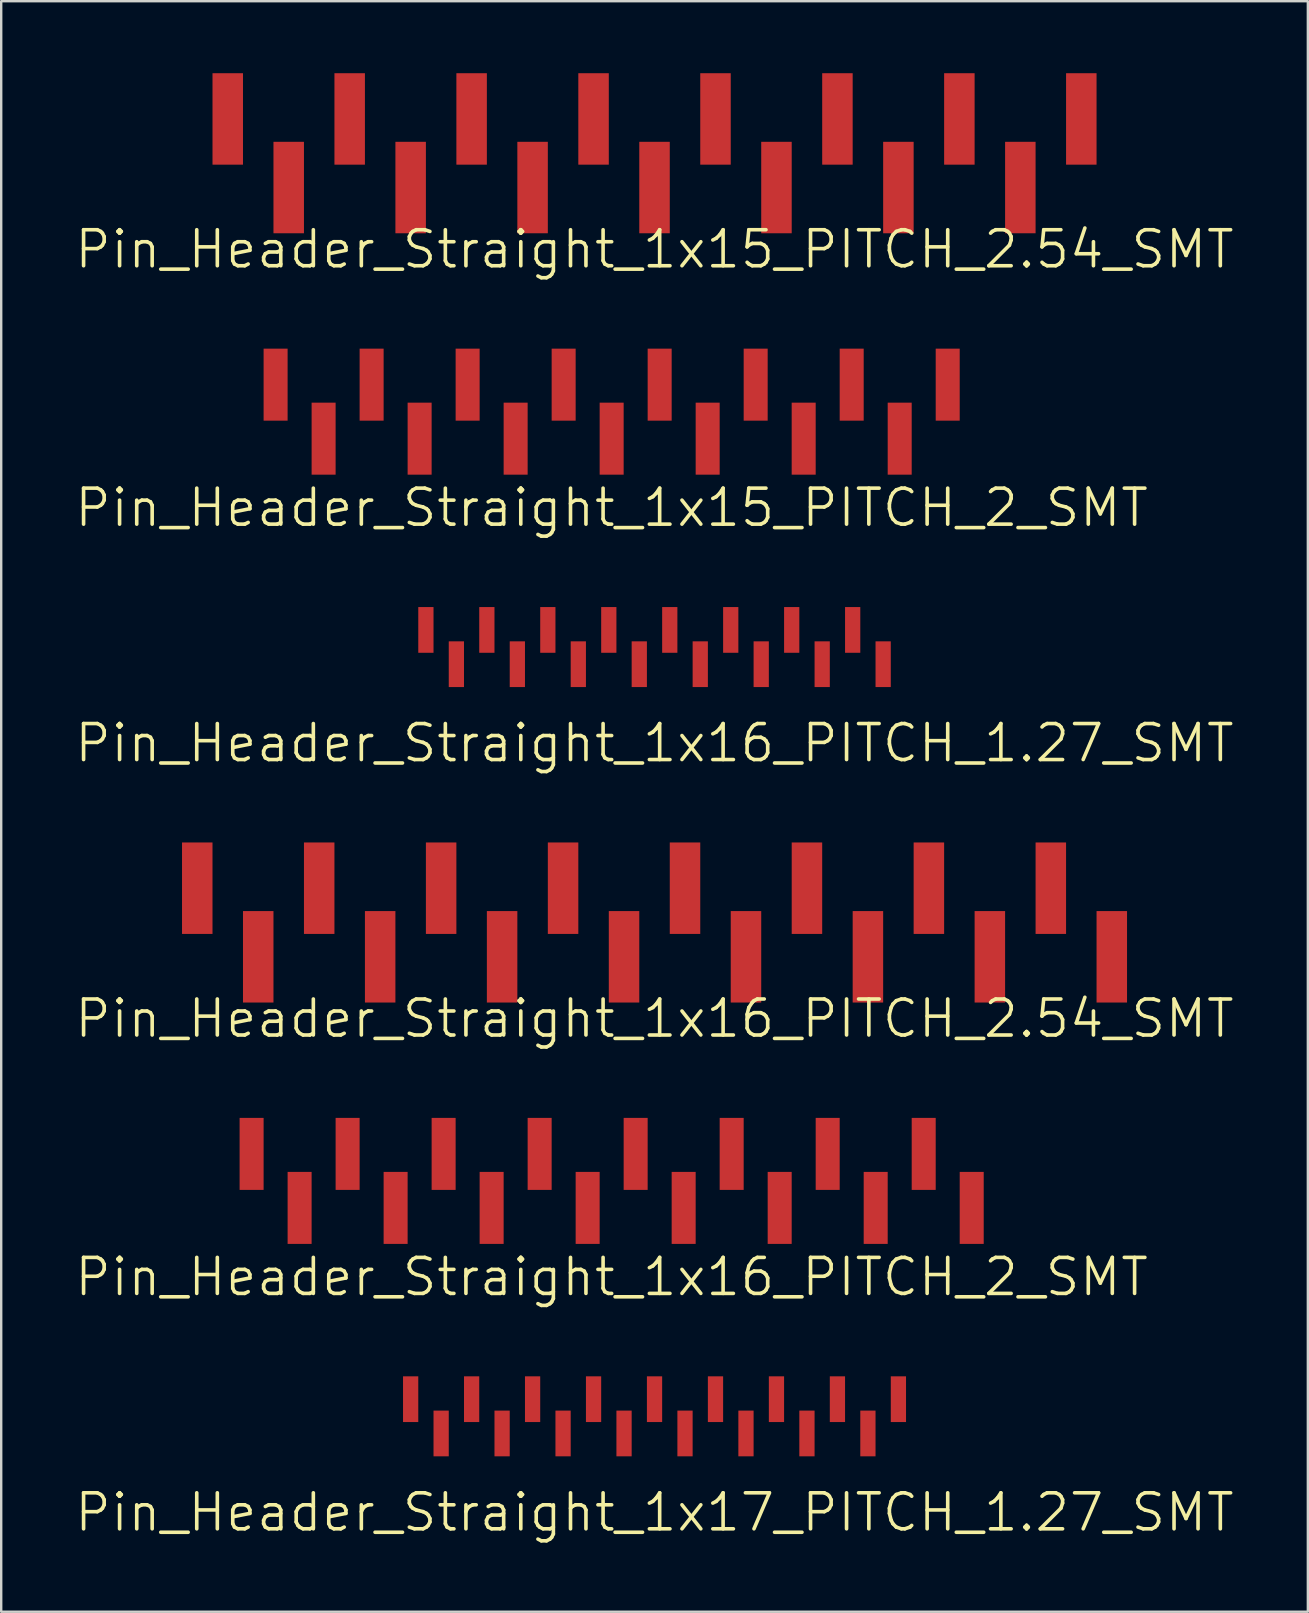
<source format=kicad_pcb>
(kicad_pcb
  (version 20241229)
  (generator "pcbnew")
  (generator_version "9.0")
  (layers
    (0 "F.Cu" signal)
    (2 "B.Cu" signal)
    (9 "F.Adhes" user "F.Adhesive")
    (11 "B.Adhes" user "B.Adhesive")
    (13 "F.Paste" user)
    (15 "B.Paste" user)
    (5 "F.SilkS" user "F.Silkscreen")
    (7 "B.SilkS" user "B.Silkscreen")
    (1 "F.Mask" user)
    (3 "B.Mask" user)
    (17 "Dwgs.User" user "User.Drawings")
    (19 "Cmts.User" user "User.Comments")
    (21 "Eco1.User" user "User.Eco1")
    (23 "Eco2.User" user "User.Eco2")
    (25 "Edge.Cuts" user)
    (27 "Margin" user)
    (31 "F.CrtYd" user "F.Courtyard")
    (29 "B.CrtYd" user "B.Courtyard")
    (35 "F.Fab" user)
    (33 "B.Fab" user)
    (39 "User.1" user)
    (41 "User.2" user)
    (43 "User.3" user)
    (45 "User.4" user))
  (footprint "Pin_Header_Straight_1x16_PITCH_2.54_SMT"
    (layer "F.Cu")
    (at 24.218 35.382)
    (property "Reference" "Pin_Header_Straight_1x16_PITCH_2.54_SMT" (at 0 4 0) (layer "F.SilkS") (effects (font (size 1.5 1.5) (thickness 0.15))))
    (attr through_hole)
    (pad "1" smd rect (at -19.05 -1.429) (size 1.27 3.81) (layers "F.Cu" "F.Mask" "F.Paste"))
    (pad "2" smd rect (at -16.51 1.429) (size 1.27 3.81) (layers "F.Cu" "F.Mask" "F.Paste"))
    (pad "3" smd rect (at -13.97 -1.429) (size 1.27 3.81) (layers "F.Cu" "F.Mask" "F.Paste"))
    (pad "4" smd rect (at -11.43 1.429) (size 1.27 3.81) (layers "F.Cu" "F.Mask" "F.Paste"))
    (pad "5" smd rect (at -8.89 -1.429) (size 1.27 3.81) (layers "F.Cu" "F.Mask" "F.Paste"))
    (pad "6" smd rect (at -6.35 1.429) (size 1.27 3.81) (layers "F.Cu" "F.Mask" "F.Paste"))
    (pad "7" smd rect (at -3.81 -1.429) (size 1.27 3.81) (layers "F.Cu" "F.Mask" "F.Paste"))
    (pad "8" smd rect (at -1.27 1.429) (size 1.27 3.81) (layers "F.Cu" "F.Mask" "F.Paste"))
    (pad "9" smd rect (at 1.27 -1.429) (size 1.27 3.81) (layers "F.Cu" "F.Mask" "F.Paste"))
    (pad "10" smd rect (at 3.81 1.429) (size 1.27 3.81) (layers "F.Cu" "F.Mask" "F.Paste"))
    (pad "11" smd rect (at 6.35 -1.429) (size 1.27 3.81) (layers "F.Cu" "F.Mask" "F.Paste"))
    (pad "12" smd rect (at 8.89 1.429) (size 1.27 3.81) (layers "F.Cu" "F.Mask" "F.Paste"))
    (pad "13" smd rect (at 11.43 -1.429) (size 1.27 3.81) (layers "F.Cu" "F.Mask" "F.Paste"))
    (pad "14" smd rect (at 13.97 1.429) (size 1.27 3.81) (layers "F.Cu" "F.Mask" "F.Paste"))
    (pad "15" smd rect (at 16.51 -1.429) (size 1.27 3.81) (layers "F.Cu" "F.Mask" "F.Paste"))
    (pad "16" smd rect (at 19.05 1.429) (size 1.27 3.81) (layers "F.Cu" "F.Mask" "F.Paste")))
  (footprint "Pin_Header_Straight_1x17_PITCH_1.27_SMT"
    (layer "F.Cu")
    (at 24.218 55.955)
    (property "Reference" "Pin_Header_Straight_1x17_PITCH_1.27_SMT" (at 0 4 0) (layer "F.SilkS") (effects (font (size 1.5 1.5) (thickness 0.15))))
    (attr through_hole)
    (pad "1" smd rect (at -10.16 -0.714) (size 0.635 1.905) (layers "F.Cu" "F.Mask" "F.Paste"))
    (pad "2" smd rect (at -8.89 0.714) (size 0.635 1.905) (layers "F.Cu" "F.Mask" "F.Paste"))
    (pad "3" smd rect (at -7.62 -0.714) (size 0.635 1.905) (layers "F.Cu" "F.Mask" "F.Paste"))
    (pad "4" smd rect (at -6.35 0.714) (size 0.635 1.905) (layers "F.Cu" "F.Mask" "F.Paste"))
    (pad "5" smd rect (at -5.08 -0.714) (size 0.635 1.905) (layers "F.Cu" "F.Mask" "F.Paste"))
    (pad "6" smd rect (at -3.81 0.714) (size 0.635 1.905) (layers "F.Cu" "F.Mask" "F.Paste"))
    (pad "7" smd rect (at -2.54 -0.714) (size 0.635 1.905) (layers "F.Cu" "F.Mask" "F.Paste"))
    (pad "8" smd rect (at -1.27 0.714) (size 0.635 1.905) (layers "F.Cu" "F.Mask" "F.Paste"))
    (pad "9" smd rect (at 0 -0.714) (size 0.635 1.905) (layers "F.Cu" "F.Mask" "F.Paste"))
    (pad "10" smd rect (at 1.27 0.714) (size 0.635 1.905) (layers "F.Cu" "F.Mask" "F.Paste"))
    (pad "11" smd rect (at 2.54 -0.714) (size 0.635 1.905) (layers "F.Cu" "F.Mask" "F.Paste"))
    (pad "12" smd rect (at 3.81 0.714) (size 0.635 1.905) (layers "F.Cu" "F.Mask" "F.Paste"))
    (pad "13" smd rect (at 5.08 -0.714) (size 0.635 1.905) (layers "F.Cu" "F.Mask" "F.Paste"))
    (pad "14" smd rect (at 6.35 0.714) (size 0.635 1.905) (layers "F.Cu" "F.Mask" "F.Paste"))
    (pad "15" smd rect (at 7.62 -0.714) (size 0.635 1.905) (layers "F.Cu" "F.Mask" "F.Paste"))
    (pad "16" smd rect (at 8.89 0.714) (size 0.635 1.905) (layers "F.Cu" "F.Mask" "F.Paste"))
    (pad "17" smd rect (at 10.16 -0.714) (size 0.635 1.905) (layers "F.Cu" "F.Mask" "F.Paste")))
  (footprint "Pin_Header_Straight_1x15_PITCH_2_SMT"
    (layer "F.Cu")
    (at 22.432 14.1)
    (property "Reference" "Pin_Header_Straight_1x15_PITCH_2_SMT" (at 0 4 0) (layer "F.SilkS") (effects (font (size 1.5 1.5) (thickness 0.15))))
    (attr through_hole)
    (pad "1" smd rect (at -14 -1.125) (size 1 3) (layers "F.Cu" "F.Mask" "F.Paste"))
    (pad "2" smd rect (at -12 1.125) (size 1 3) (layers "F.Cu" "F.Mask" "F.Paste"))
    (pad "3" smd rect (at -10 -1.125) (size 1 3) (layers "F.Cu" "F.Mask" "F.Paste"))
    (pad "4" smd rect (at -8 1.125) (size 1 3) (layers "F.Cu" "F.Mask" "F.Paste"))
    (pad "5" smd rect (at -6 -1.125) (size 1 3) (layers "F.Cu" "F.Mask" "F.Paste"))
    (pad "6" smd rect (at -4 1.125) (size 1 3) (layers "F.Cu" "F.Mask" "F.Paste"))
    (pad "7" smd rect (at -2 -1.125) (size 1 3) (layers "F.Cu" "F.Mask" "F.Paste"))
    (pad "8" smd rect (at 0 1.125) (size 1 3) (layers "F.Cu" "F.Mask" "F.Paste"))
    (pad "9" smd rect (at 2 -1.125) (size 1 3) (layers "F.Cu" "F.Mask" "F.Paste"))
    (pad "10" smd rect (at 4 1.125) (size 1 3) (layers "F.Cu" "F.Mask" "F.Paste"))
    (pad "11" smd rect (at 6 -1.125) (size 1 3) (layers "F.Cu" "F.Mask" "F.Paste"))
    (pad "12" smd rect (at 8 1.125) (size 1 3) (layers "F.Cu" "F.Mask" "F.Paste"))
    (pad "13" smd rect (at 10 -1.125) (size 1 3) (layers "F.Cu" "F.Mask" "F.Paste"))
    (pad "14" smd rect (at 12 1.125) (size 1 3) (layers "F.Cu" "F.Mask" "F.Paste"))
    (pad "15" smd rect (at 14 -1.125) (size 1 3) (layers "F.Cu" "F.Mask" "F.Paste")))
  (footprint "Pin_Header_Straight_1x16_PITCH_2_SMT"
    (layer "F.Cu")
    (at 22.432 46.147)
    (property "Reference" "Pin_Header_Straight_1x16_PITCH_2_SMT" (at 0 4 0) (layer "F.SilkS") (effects (font (size 1.5 1.5) (thickness 0.15))))
    (attr through_hole)
    (pad "1" smd rect (at -15 -1.125) (size 1 3) (layers "F.Cu" "F.Mask" "F.Paste"))
    (pad "2" smd rect (at -13 1.125) (size 1 3) (layers "F.Cu" "F.Mask" "F.Paste"))
    (pad "3" smd rect (at -11 -1.125) (size 1 3) (layers "F.Cu" "F.Mask" "F.Paste"))
    (pad "4" smd rect (at -9 1.125) (size 1 3) (layers "F.Cu" "F.Mask" "F.Paste"))
    (pad "5" smd rect (at -7 -1.125) (size 1 3) (layers "F.Cu" "F.Mask" "F.Paste"))
    (pad "6" smd rect (at -5 1.125) (size 1 3) (layers "F.Cu" "F.Mask" "F.Paste"))
    (pad "7" smd rect (at -3 -1.125) (size 1 3) (layers "F.Cu" "F.Mask" "F.Paste"))
    (pad "8" smd rect (at -1 1.125) (size 1 3) (layers "F.Cu" "F.Mask" "F.Paste"))
    (pad "9" smd rect (at 1 -1.125) (size 1 3) (layers "F.Cu" "F.Mask" "F.Paste"))
    (pad "10" smd rect (at 3 1.125) (size 1 3) (layers "F.Cu" "F.Mask" "F.Paste"))
    (pad "11" smd rect (at 5 -1.125) (size 1 3) (layers "F.Cu" "F.Mask" "F.Paste"))
    (pad "12" smd rect (at 7 1.125) (size 1 3) (layers "F.Cu" "F.Mask" "F.Paste"))
    (pad "13" smd rect (at 9 -1.125) (size 1 3) (layers "F.Cu" "F.Mask" "F.Paste"))
    (pad "14" smd rect (at 11 1.125) (size 1 3) (layers "F.Cu" "F.Mask" "F.Paste"))
    (pad "15" smd rect (at 13 -1.125) (size 1 3) (layers "F.Cu" "F.Mask" "F.Paste"))
    (pad "16" smd rect (at 15 1.125) (size 1 3) (layers "F.Cu" "F.Mask" "F.Paste")))
  (footprint "Pin_Header_Straight_1x15_PITCH_2.54_SMT"
    (layer "F.Cu")
    (at 24.218 3.334)
    (property "Reference" "Pin_Header_Straight_1x15_PITCH_2.54_SMT" (at 0 4 0) (layer "F.SilkS") (effects (font (size 1.5 1.5) (thickness 0.15))))
    (attr through_hole)
    (pad "1" smd rect (at -17.78 -1.429) (size 1.27 3.81) (layers "F.Cu" "F.Mask" "F.Paste"))
    (pad "2" smd rect (at -15.24 1.429) (size 1.27 3.81) (layers "F.Cu" "F.Mask" "F.Paste"))
    (pad "3" smd rect (at -12.7 -1.429) (size 1.27 3.81) (layers "F.Cu" "F.Mask" "F.Paste"))
    (pad "4" smd rect (at -10.16 1.429) (size 1.27 3.81) (layers "F.Cu" "F.Mask" "F.Paste"))
    (pad "5" smd rect (at -7.62 -1.429) (size 1.27 3.81) (layers "F.Cu" "F.Mask" "F.Paste"))
    (pad "6" smd rect (at -5.08 1.429) (size 1.27 3.81) (layers "F.Cu" "F.Mask" "F.Paste"))
    (pad "7" smd rect (at -2.54 -1.429) (size 1.27 3.81) (layers "F.Cu" "F.Mask" "F.Paste"))
    (pad "8" smd rect (at 0 1.429) (size 1.27 3.81) (layers "F.Cu" "F.Mask" "F.Paste"))
    (pad "9" smd rect (at 2.54 -1.429) (size 1.27 3.81) (layers "F.Cu" "F.Mask" "F.Paste"))
    (pad "10" smd rect (at 5.08 1.429) (size 1.27 3.81) (layers "F.Cu" "F.Mask" "F.Paste"))
    (pad "11" smd rect (at 7.62 -1.429) (size 1.27 3.81) (layers "F.Cu" "F.Mask" "F.Paste"))
    (pad "12" smd rect (at 10.16 1.429) (size 1.27 3.81) (layers "F.Cu" "F.Mask" "F.Paste"))
    (pad "13" smd rect (at 12.7 -1.429) (size 1.27 3.81) (layers "F.Cu" "F.Mask" "F.Paste"))
    (pad "14" smd rect (at 15.24 1.429) (size 1.27 3.81) (layers "F.Cu" "F.Mask" "F.Paste"))
    (pad "15" smd rect (at 17.78 -1.429) (size 1.27 3.81) (layers "F.Cu" "F.Mask" "F.Paste")))
  (footprint "Pin_Header_Straight_1x16_PITCH_1.27_SMT"
    (layer "F.Cu")
    (at 24.218 23.907)
    (property "Reference" "Pin_Header_Straight_1x16_PITCH_1.27_SMT" (at 0 4 0) (layer "F.SilkS") (effects (font (size 1.5 1.5) (thickness 0.15))))
    (attr through_hole)
    (pad "1" smd rect (at -9.525 -0.714) (size 0.635 1.905) (layers "F.Cu" "F.Mask" "F.Paste"))
    (pad "2" smd rect (at -8.255 0.714) (size 0.635 1.905) (layers "F.Cu" "F.Mask" "F.Paste"))
    (pad "3" smd rect (at -6.985 -0.714) (size 0.635 1.905) (layers "F.Cu" "F.Mask" "F.Paste"))
    (pad "4" smd rect (at -5.715 0.714) (size 0.635 1.905) (layers "F.Cu" "F.Mask" "F.Paste"))
    (pad "5" smd rect (at -4.445 -0.714) (size 0.635 1.905) (layers "F.Cu" "F.Mask" "F.Paste"))
    (pad "6" smd rect (at -3.175 0.714) (size 0.635 1.905) (layers "F.Cu" "F.Mask" "F.Paste"))
    (pad "7" smd rect (at -1.905 -0.714) (size 0.635 1.905) (layers "F.Cu" "F.Mask" "F.Paste"))
    (pad "8" smd rect (at -0.635 0.714) (size 0.635 1.905) (layers "F.Cu" "F.Mask" "F.Paste"))
    (pad "9" smd rect (at 0.635 -0.714) (size 0.635 1.905) (layers "F.Cu" "F.Mask" "F.Paste"))
    (pad "10" smd rect (at 1.905 0.714) (size 0.635 1.905) (layers "F.Cu" "F.Mask" "F.Paste"))
    (pad "11" smd rect (at 3.175 -0.714) (size 0.635 1.905) (layers "F.Cu" "F.Mask" "F.Paste"))
    (pad "12" smd rect (at 4.445 0.714) (size 0.635 1.905) (layers "F.Cu" "F.Mask" "F.Paste"))
    (pad "13" smd rect (at 5.715 -0.714) (size 0.635 1.905) (layers "F.Cu" "F.Mask" "F.Paste"))
    (pad "14" smd rect (at 6.985 0.714) (size 0.635 1.905) (layers "F.Cu" "F.Mask" "F.Paste"))
    (pad "15" smd rect (at 8.255 -0.714) (size 0.635 1.905) (layers "F.Cu" "F.Mask" "F.Paste"))
    (pad "16" smd rect (at 9.525 0.714) (size 0.635 1.905) (layers "F.Cu" "F.Mask" "F.Paste")))
  (gr_rect
    (start -3 -3)
    (end 51.436 64.096)
    (stroke (width 0.1) (type default))
    (fill no)
    (layer "Edge.Cuts")))
</source>
